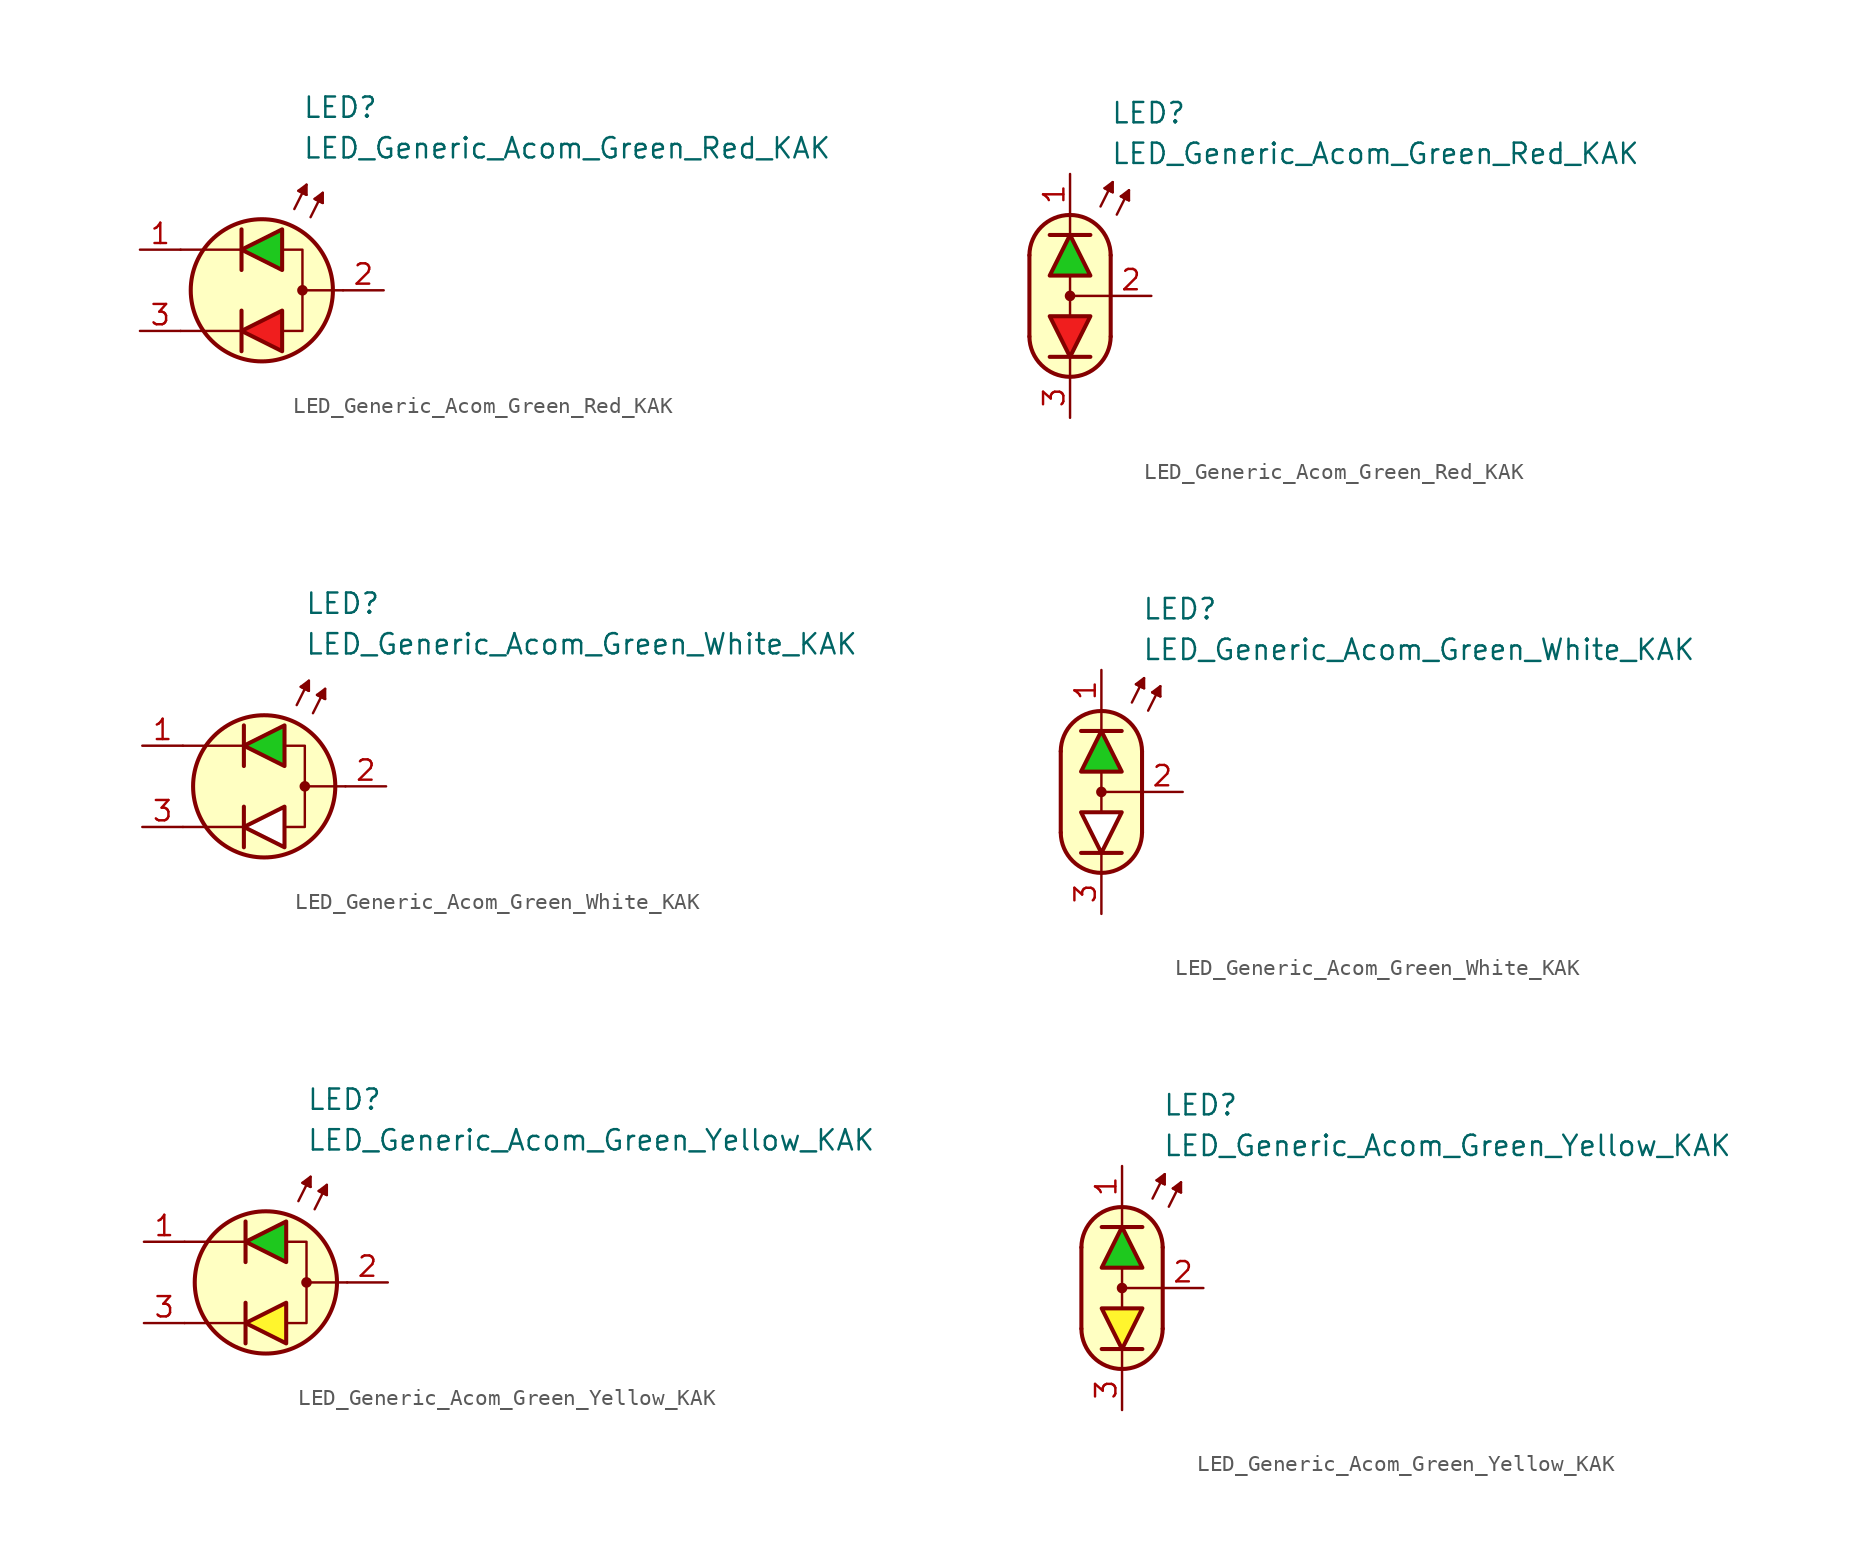
<source format=kicad_sym>
(kicad_symbol_lib
  (version 20231120)
  (generator "kicad_symbol_editor")
  (generator_version "8.0")
  (symbol "LED_Generic_Acom_Green_Red_KAK"
    (pin_names
      (offset 1.016) hide)
    (property "Reference" "LED"
      (at 2.54 11.43 0)
      (effects (font (size 1.27 1.27)) (justify left)))
    (property "Value" "LED_Generic_Acom_Green_Red_KAK"
      (at 2.54 8.89 0)
      (effects (font (size 1.27 1.27)) (justify left)))
    (symbol "LED_Generic_Acom_Green_Red_KAK_0_1"
      (polyline (pts (xy -1.27 -3.81) (xy -1.27 -1.27)) (stroke (width 0.254) (type default)) (fill (type none)))
      (polyline (pts (xy -1.27 -2.54) (xy -5.08 -2.54)) (stroke (width 0.152) (type default)) (fill (type none)))
      (polyline (pts (xy -1.27 1.27) (xy -1.27 3.81)) (stroke (width 0.254) (type default)) (fill (type none)))
      (polyline (pts (xy -1.27 2.54) (xy -5.08 2.54)) (stroke (width 0.152) (type default)) (fill (type none)))
      (polyline (pts (xy 2.032 5.08) (xy 2.794 6.604)) (stroke (width 0.152) (type default)) (fill (type none)))
      (polyline (pts (xy 2.54 6.096) (xy 2.286 6.223)) (stroke (width 0.152) (type default)) (fill (type none)))
      (polyline (pts (xy 2.54 6.096) (xy 2.794 5.969)) (stroke (width 0.152) (type default)) (fill (type none)))
      (polyline (pts (xy 3.048 4.572) (xy 3.81 6.096)) (stroke (width 0.152) (type default)) (fill (type none)))
      (polyline (pts (xy 3.556 5.588) (xy 3.302 5.715)) (stroke (width 0.152) (type default)) (fill (type none)))
      (polyline (pts (xy 3.556 5.588) (xy 3.81 5.461)) (stroke (width 0.152) (type default)) (fill (type none)))
      (polyline (pts (xy 5.08 0) (xy 2.54 0)) (stroke (width 0.152) (type default)) (fill (type none)))
      (polyline (pts (xy 1.27 -3.81) (xy 1.27 -1.27) (xy -1.27 -2.54) (xy 1.27 -3.81)) (stroke (width 0.254) (type default)) (fill (type color) (color 240 30 30 1)))
      (polyline (pts (xy 1.27 1.27) (xy 1.27 3.81) (xy -1.27 2.54) (xy 1.27 1.27)) (stroke (width 0.254) (type default)) (fill (type color) (color 30 200 30 1)))
      (polyline (pts (xy 1.397 2.54) (xy 2.54 2.54) (xy 2.54 -2.54) (xy 1.397 -2.54)) (stroke (width 0.152) (type default)) (fill (type none)))
      (polyline (pts (xy 2.794 5.969) (xy 2.286 6.223) (xy 2.794 6.604) (xy 2.794 5.969)) (stroke (width 0.152) (type default)) (fill (type outline)))
      (polyline (pts (xy 3.81 5.461) (xy 3.302 5.715) (xy 3.81 6.096) (xy 3.81 5.461)) (stroke (width 0.152) (type default)) (fill (type outline)))
      (circle (center 0 0) (radius 4.445) (stroke (width 0.254) (type default)) (fill (type background)))
      (circle (center 2.54 0) (radius 0.254) (stroke (width 0) (type default)) (fill (type outline))))
    (symbol "LED_Generic_Acom_Green_Red_KAK_0_2"
      (arc (start -2.54 -2.54) (mid 0 -5.0576) (end 2.54 -2.54) (stroke (width 0.254) (type default)) (fill (type none)))
      (polyline (pts (xy -2.54 2.54) (xy -2.54 -2.54)) (stroke (width 0.254) (type default)) (fill (type none)))
      (polyline (pts (xy -1.27 3.81) (xy 1.27 3.81)) (stroke (width 0.254) (type default)) (fill (type none)))
      (polyline (pts (xy 0 -5.08) (xy 0 -3.81)) (stroke (width 0) (type default)) (fill (type none)))
      (polyline (pts (xy 0 -1.27) (xy 0 1.27)) (stroke (width 0) (type default)) (fill (type none)))
      (polyline (pts (xy 0 5.08) (xy 0 3.81)) (stroke (width 0) (type default)) (fill (type none)))
      (polyline (pts (xy 1.27 -3.81) (xy -1.27 -3.81)) (stroke (width 0.254) (type default)) (fill (type none)))
      (polyline (pts (xy 1.905 5.588) (xy 2.667 7.112)) (stroke (width 0.152) (type default)) (fill (type none)))
      (polyline (pts (xy 2.413 6.604) (xy 2.159 6.731)) (stroke (width 0.152) (type default)) (fill (type none)))
      (polyline (pts (xy 2.413 6.604) (xy 2.667 6.477)) (stroke (width 0.152) (type default)) (fill (type none)))
      (polyline (pts (xy 2.54 -2.54) (xy 2.54 2.54)) (stroke (width 0.254) (type default)) (fill (type none)))
      (polyline (pts (xy 2.54 0) (xy 0 0)) (stroke (width 0) (type default)) (fill (type none)))
      (polyline (pts (xy 2.921 5.08) (xy 3.683 6.604)) (stroke (width 0.152) (type default)) (fill (type none)))
      (polyline (pts (xy 3.429 6.096) (xy 3.175 6.223)) (stroke (width 0.152) (type default)) (fill (type none)))
      (polyline (pts (xy 3.429 6.096) (xy 3.683 5.969)) (stroke (width 0.152) (type default)) (fill (type none)))
      (polyline (pts (xy 2.667 6.477) (xy 2.159 6.731) (xy 2.667 7.112) (xy 2.667 6.477)) (stroke (width 0.152) (type default)) (fill (type outline)))
      (polyline (pts (xy 3.683 5.969) (xy 3.175 6.223) (xy 3.683 6.604) (xy 3.683 5.969)) (stroke (width 0.152) (type default)) (fill (type outline)))
      (polyline (pts (xy 0 5.08) (xy 1.016 4.826) (xy 1.778 4.318) (xy 2.286 3.556) (xy 2.54 3.048) (xy 2.54 -2.794) (xy 2.286 -3.556) (xy 1.778 -4.318) (xy 1.016 -4.826) (xy 0.254 -5.08) (xy -0.254 -5.08) (xy -1.016 -4.826) (xy -1.524 -4.572) (xy -2.032 -4.064) (xy -2.286 -3.556) (xy -2.54 -2.794) (xy -2.54 2.794) (xy -2.286 3.556) (xy -2.032 4.064) (xy -1.524 4.572) (xy -1.016 4.826) (xy 0 5.08)) (stroke (width 0.01) (type default)) (fill (type background)))
      (circle (center 0 0) (radius 0.254) (stroke (width 0) (type default)) (fill (type outline)))
      (arc (start 2.54 2.54) (mid 0 5.0576) (end -2.54 2.54) (stroke (width 0.254) (type default)) (fill (type none))))
    (symbol "LED_Generic_Acom_Green_Red_KAK_1_1"
      (pin passive line (at -7.62 2.54 0) (length 2.54) (name "A1" (effects (font (size 1.27 1.27)))) (number "1" (effects (font (size 1.27 1.27)))))
      (pin passive line (at 7.62 0 180) (length 2.54) (name "K" (effects (font (size 1.27 1.27)))) (number "2" (effects (font (size 1.27 1.27)))))
      (pin passive line (at -7.62 -2.54 0) (length 2.54) (name "A2" (effects (font (size 1.27 1.27)))) (number "3" (effects (font (size 1.27 1.27))))))
    (symbol "LED_Generic_Acom_Green_Red_KAK_1_2"
      (polyline (pts (xy -1.27 1.27) (xy 1.27 1.27) (xy 0 3.81) (xy -1.27 1.27)) (stroke (width 0.254) (type default)) (fill (type color) (color 30 200 30 1)))
      (polyline (pts (xy 1.27 -1.27) (xy -1.27 -1.27) (xy 0 -3.81) (xy 1.27 -1.27)) (stroke (width 0.254) (type default)) (fill (type color) (color 240 30 30 1)))
      (pin passive line (at 0 7.62 270) (length 2.54) (name "A1" (effects (font (size 1.27 1.27)))) (number "1" (effects (font (size 1.27 1.27)))))
      (pin passive line (at 5.08 0 180) (length 2.54) (name "K" (effects (font (size 1.27 1.27)))) (number "2" (effects (font (size 1.27 1.27)))))
      (pin passive line (at 0 -7.62 90) (length 2.54) (name "A2" (effects (font (size 1.27 1.27)))) (number "3" (effects (font (size 1.27 1.27)))))))
  (symbol "LED_Generic_Acom_Green_White_KAK"
    (pin_names
      (offset 1.016) hide)
    (property "Reference" "LED"
      (at 2.54 11.43 0)
      (effects (font (size 1.27 1.27)) (justify left)))
    (property "Value" "LED_Generic_Acom_Green_White_KAK"
      (at 2.54 8.89 0)
      (effects (font (size 1.27 1.27)) (justify left)))
    (symbol "LED_Generic_Acom_Green_White_KAK_0_1"
      (polyline (pts (xy -1.27 -3.81) (xy -1.27 -1.27)) (stroke (width 0.254) (type default)) (fill (type none)))
      (polyline (pts (xy -1.27 -2.54) (xy -5.08 -2.54)) (stroke (width 0.152) (type default)) (fill (type none)))
      (polyline (pts (xy -1.27 1.27) (xy -1.27 3.81)) (stroke (width 0.254) (type default)) (fill (type none)))
      (polyline (pts (xy -1.27 2.54) (xy -5.08 2.54)) (stroke (width 0.152) (type default)) (fill (type none)))
      (polyline (pts (xy 2.032 5.08) (xy 2.794 6.604)) (stroke (width 0.152) (type default)) (fill (type none)))
      (polyline (pts (xy 2.54 6.096) (xy 2.286 6.223)) (stroke (width 0.152) (type default)) (fill (type none)))
      (polyline (pts (xy 2.54 6.096) (xy 2.794 5.969)) (stroke (width 0.152) (type default)) (fill (type none)))
      (polyline (pts (xy 3.048 4.572) (xy 3.81 6.096)) (stroke (width 0.152) (type default)) (fill (type none)))
      (polyline (pts (xy 3.556 5.588) (xy 3.302 5.715)) (stroke (width 0.152) (type default)) (fill (type none)))
      (polyline (pts (xy 3.556 5.588) (xy 3.81 5.461)) (stroke (width 0.152) (type default)) (fill (type none)))
      (polyline (pts (xy 5.08 0) (xy 2.54 0)) (stroke (width 0.152) (type default)) (fill (type none)))
      (polyline (pts (xy 1.27 -3.81) (xy 1.27 -1.27) (xy -1.27 -2.54) (xy 1.27 -3.81)) (stroke (width 0.254) (type default)) (fill (type color) (color 255 255 255 1)))
      (polyline (pts (xy 1.27 1.27) (xy 1.27 3.81) (xy -1.27 2.54) (xy 1.27 1.27)) (stroke (width 0.254) (type default)) (fill (type color) (color 30 200 30 1)))
      (polyline (pts (xy 1.397 2.54) (xy 2.54 2.54) (xy 2.54 -2.54) (xy 1.397 -2.54)) (stroke (width 0.152) (type default)) (fill (type none)))
      (polyline (pts (xy 2.794 5.969) (xy 2.286 6.223) (xy 2.794 6.604) (xy 2.794 5.969)) (stroke (width 0.152) (type default)) (fill (type outline)))
      (polyline (pts (xy 3.81 5.461) (xy 3.302 5.715) (xy 3.81 6.096) (xy 3.81 5.461)) (stroke (width 0.152) (type default)) (fill (type outline)))
      (circle (center 0 0) (radius 4.445) (stroke (width 0.254) (type default)) (fill (type background)))
      (circle (center 2.54 0) (radius 0.254) (stroke (width 0) (type default)) (fill (type outline))))
    (symbol "LED_Generic_Acom_Green_White_KAK_0_2"
      (arc (start -2.54 -2.54) (mid 0 -5.0576) (end 2.54 -2.54) (stroke (width 0.254) (type default)) (fill (type none)))
      (polyline (pts (xy -2.54 2.54) (xy -2.54 -2.54)) (stroke (width 0.254) (type default)) (fill (type none)))
      (polyline (pts (xy -1.27 3.81) (xy 1.27 3.81)) (stroke (width 0.254) (type default)) (fill (type none)))
      (polyline (pts (xy 0 -5.08) (xy 0 -3.81)) (stroke (width 0) (type default)) (fill (type none)))
      (polyline (pts (xy 0 -1.27) (xy 0 1.27)) (stroke (width 0) (type default)) (fill (type none)))
      (polyline (pts (xy 0 5.08) (xy 0 3.81)) (stroke (width 0) (type default)) (fill (type none)))
      (polyline (pts (xy 1.27 -3.81) (xy -1.27 -3.81)) (stroke (width 0.254) (type default)) (fill (type none)))
      (polyline (pts (xy 1.905 5.588) (xy 2.667 7.112)) (stroke (width 0.152) (type default)) (fill (type none)))
      (polyline (pts (xy 2.413 6.604) (xy 2.159 6.731)) (stroke (width 0.152) (type default)) (fill (type none)))
      (polyline (pts (xy 2.413 6.604) (xy 2.667 6.477)) (stroke (width 0.152) (type default)) (fill (type none)))
      (polyline (pts (xy 2.54 -2.54) (xy 2.54 2.54)) (stroke (width 0.254) (type default)) (fill (type none)))
      (polyline (pts (xy 2.54 0) (xy 0 0)) (stroke (width 0) (type default)) (fill (type none)))
      (polyline (pts (xy 2.921 5.08) (xy 3.683 6.604)) (stroke (width 0.152) (type default)) (fill (type none)))
      (polyline (pts (xy 3.429 6.096) (xy 3.175 6.223)) (stroke (width 0.152) (type default)) (fill (type none)))
      (polyline (pts (xy 3.429 6.096) (xy 3.683 5.969)) (stroke (width 0.152) (type default)) (fill (type none)))
      (polyline (pts (xy 2.667 6.477) (xy 2.159 6.731) (xy 2.667 7.112) (xy 2.667 6.477)) (stroke (width 0.152) (type default)) (fill (type outline)))
      (polyline (pts (xy 3.683 5.969) (xy 3.175 6.223) (xy 3.683 6.604) (xy 3.683 5.969)) (stroke (width 0.152) (type default)) (fill (type outline)))
      (polyline (pts (xy 0 5.08) (xy 1.016 4.826) (xy 1.778 4.318) (xy 2.286 3.556) (xy 2.54 3.048) (xy 2.54 -2.794) (xy 2.286 -3.556) (xy 1.778 -4.318) (xy 1.016 -4.826) (xy 0.254 -5.08) (xy -0.254 -5.08) (xy -1.016 -4.826) (xy -1.524 -4.572) (xy -2.032 -4.064) (xy -2.286 -3.556) (xy -2.54 -2.794) (xy -2.54 2.794) (xy -2.286 3.556) (xy -2.032 4.064) (xy -1.524 4.572) (xy -1.016 4.826) (xy 0 5.08)) (stroke (width 0.01) (type default)) (fill (type background)))
      (circle (center 0 0) (radius 0.254) (stroke (width 0) (type default)) (fill (type outline)))
      (arc (start 2.54 2.54) (mid 0 5.0576) (end -2.54 2.54) (stroke (width 0.254) (type default)) (fill (type none))))
    (symbol "LED_Generic_Acom_Green_White_KAK_1_1"
      (pin passive line (at -7.62 2.54 0) (length 2.54) (name "A1" (effects (font (size 1.27 1.27)))) (number "1" (effects (font (size 1.27 1.27)))))
      (pin passive line (at 7.62 0 180) (length 2.54) (name "K" (effects (font (size 1.27 1.27)))) (number "2" (effects (font (size 1.27 1.27)))))
      (pin passive line (at -7.62 -2.54 0) (length 2.54) (name "A2" (effects (font (size 1.27 1.27)))) (number "3" (effects (font (size 1.27 1.27))))))
    (symbol "LED_Generic_Acom_Green_White_KAK_1_2"
      (polyline (pts (xy -1.27 1.27) (xy 1.27 1.27) (xy 0 3.81) (xy -1.27 1.27)) (stroke (width 0.254) (type default)) (fill (type color) (color 30 200 30 1)))
      (polyline (pts (xy 1.27 -1.27) (xy -1.27 -1.27) (xy 0 -3.81) (xy 1.27 -1.27)) (stroke (width 0.254) (type default)) (fill (type color) (color 255 255 255 1)))
      (pin passive line (at 0 7.62 270) (length 2.54) (name "A1" (effects (font (size 1.27 1.27)))) (number "1" (effects (font (size 1.27 1.27)))))
      (pin passive line (at 5.08 0 180) (length 2.54) (name "K" (effects (font (size 1.27 1.27)))) (number "2" (effects (font (size 1.27 1.27)))))
      (pin passive line (at 0 -7.62 90) (length 2.54) (name "A2" (effects (font (size 1.27 1.27)))) (number "3" (effects (font (size 1.27 1.27)))))))
  (symbol "LED_Generic_Acom_Green_Yellow_KAK"
    (pin_names
      (offset 1.016) hide)
    (property "Reference" "LED"
      (at 2.54 11.43 0)
      (effects (font (size 1.27 1.27)) (justify left)))
    (property "Value" "LED_Generic_Acom_Green_Yellow_KAK"
      (at 2.54 8.89 0)
      (effects (font (size 1.27 1.27)) (justify left)))
    (symbol "LED_Generic_Acom_Green_Yellow_KAK_0_1"
      (polyline (pts (xy -1.27 -3.81) (xy -1.27 -1.27)) (stroke (width 0.254) (type default)) (fill (type none)))
      (polyline (pts (xy -1.27 -2.54) (xy -5.08 -2.54)) (stroke (width 0.152) (type default)) (fill (type none)))
      (polyline (pts (xy -1.27 1.27) (xy -1.27 3.81)) (stroke (width 0.254) (type default)) (fill (type none)))
      (polyline (pts (xy -1.27 2.54) (xy -5.08 2.54)) (stroke (width 0.152) (type default)) (fill (type none)))
      (polyline (pts (xy 2.032 5.08) (xy 2.794 6.604)) (stroke (width 0.152) (type default)) (fill (type none)))
      (polyline (pts (xy 2.54 6.096) (xy 2.286 6.223)) (stroke (width 0.152) (type default)) (fill (type none)))
      (polyline (pts (xy 2.54 6.096) (xy 2.794 5.969)) (stroke (width 0.152) (type default)) (fill (type none)))
      (polyline (pts (xy 3.048 4.572) (xy 3.81 6.096)) (stroke (width 0.152) (type default)) (fill (type none)))
      (polyline (pts (xy 3.556 5.588) (xy 3.302 5.715)) (stroke (width 0.152) (type default)) (fill (type none)))
      (polyline (pts (xy 3.556 5.588) (xy 3.81 5.461)) (stroke (width 0.152) (type default)) (fill (type none)))
      (polyline (pts (xy 5.08 0) (xy 2.54 0)) (stroke (width 0.152) (type default)) (fill (type none)))
      (polyline (pts (xy 1.27 -3.81) (xy 1.27 -1.27) (xy -1.27 -2.54) (xy 1.27 -3.81)) (stroke (width 0.254) (type default)) (fill (type color) (color 255 245 45 1)))
      (polyline (pts (xy 1.27 1.27) (xy 1.27 3.81) (xy -1.27 2.54) (xy 1.27 1.27)) (stroke (width 0.254) (type default)) (fill (type color) (color 30 200 30 1)))
      (polyline (pts (xy 1.397 2.54) (xy 2.54 2.54) (xy 2.54 -2.54) (xy 1.397 -2.54)) (stroke (width 0.152) (type default)) (fill (type none)))
      (polyline (pts (xy 2.794 5.969) (xy 2.286 6.223) (xy 2.794 6.604) (xy 2.794 5.969)) (stroke (width 0.152) (type default)) (fill (type outline)))
      (polyline (pts (xy 3.81 5.461) (xy 3.302 5.715) (xy 3.81 6.096) (xy 3.81 5.461)) (stroke (width 0.152) (type default)) (fill (type outline)))
      (circle (center 0 0) (radius 4.445) (stroke (width 0.254) (type default)) (fill (type background)))
      (circle (center 2.54 0) (radius 0.254) (stroke (width 0) (type default)) (fill (type outline))))
    (symbol "LED_Generic_Acom_Green_Yellow_KAK_0_2"
      (arc (start -2.54 -2.54) (mid 0 -5.0576) (end 2.54 -2.54) (stroke (width 0.254) (type default)) (fill (type none)))
      (polyline (pts (xy -2.54 2.54) (xy -2.54 -2.54)) (stroke (width 0.254) (type default)) (fill (type none)))
      (polyline (pts (xy -1.27 3.81) (xy 1.27 3.81)) (stroke (width 0.254) (type default)) (fill (type none)))
      (polyline (pts (xy 0 -5.08) (xy 0 -3.81)) (stroke (width 0) (type default)) (fill (type none)))
      (polyline (pts (xy 0 -1.27) (xy 0 1.27)) (stroke (width 0) (type default)) (fill (type none)))
      (polyline (pts (xy 0 5.08) (xy 0 3.81)) (stroke (width 0) (type default)) (fill (type none)))
      (polyline (pts (xy 1.27 -3.81) (xy -1.27 -3.81)) (stroke (width 0.254) (type default)) (fill (type none)))
      (polyline (pts (xy 1.905 5.588) (xy 2.667 7.112)) (stroke (width 0.152) (type default)) (fill (type none)))
      (polyline (pts (xy 2.413 6.604) (xy 2.159 6.731)) (stroke (width 0.152) (type default)) (fill (type none)))
      (polyline (pts (xy 2.413 6.604) (xy 2.667 6.477)) (stroke (width 0.152) (type default)) (fill (type none)))
      (polyline (pts (xy 2.54 -2.54) (xy 2.54 2.54)) (stroke (width 0.254) (type default)) (fill (type none)))
      (polyline (pts (xy 2.54 0) (xy 0 0)) (stroke (width 0) (type default)) (fill (type none)))
      (polyline (pts (xy 2.921 5.08) (xy 3.683 6.604)) (stroke (width 0.152) (type default)) (fill (type none)))
      (polyline (pts (xy 3.429 6.096) (xy 3.175 6.223)) (stroke (width 0.152) (type default)) (fill (type none)))
      (polyline (pts (xy 3.429 6.096) (xy 3.683 5.969)) (stroke (width 0.152) (type default)) (fill (type none)))
      (polyline (pts (xy 2.667 6.477) (xy 2.159 6.731) (xy 2.667 7.112) (xy 2.667 6.477)) (stroke (width 0.152) (type default)) (fill (type outline)))
      (polyline (pts (xy 3.683 5.969) (xy 3.175 6.223) (xy 3.683 6.604) (xy 3.683 5.969)) (stroke (width 0.152) (type default)) (fill (type outline)))
      (polyline (pts (xy 0 5.08) (xy 1.016 4.826) (xy 1.778 4.318) (xy 2.286 3.556) (xy 2.54 3.048) (xy 2.54 -2.794) (xy 2.286 -3.556) (xy 1.778 -4.318) (xy 1.016 -4.826) (xy 0.254 -5.08) (xy -0.254 -5.08) (xy -1.016 -4.826) (xy -1.524 -4.572) (xy -2.032 -4.064) (xy -2.286 -3.556) (xy -2.54 -2.794) (xy -2.54 2.794) (xy -2.286 3.556) (xy -2.032 4.064) (xy -1.524 4.572) (xy -1.016 4.826) (xy 0 5.08)) (stroke (width 0.01) (type default)) (fill (type background)))
      (circle (center 0 0) (radius 0.254) (stroke (width 0) (type default)) (fill (type outline)))
      (arc (start 2.54 2.54) (mid 0 5.0576) (end -2.54 2.54) (stroke (width 0.254) (type default)) (fill (type none))))
    (symbol "LED_Generic_Acom_Green_Yellow_KAK_1_1"
      (pin passive line (at -7.62 2.54 0) (length 2.54) (name "A1" (effects (font (size 1.27 1.27)))) (number "1" (effects (font (size 1.27 1.27)))))
      (pin passive line (at 7.62 0 180) (length 2.54) (name "K" (effects (font (size 1.27 1.27)))) (number "2" (effects (font (size 1.27 1.27)))))
      (pin passive line (at -7.62 -2.54 0) (length 2.54) (name "A2" (effects (font (size 1.27 1.27)))) (number "3" (effects (font (size 1.27 1.27))))))
    (symbol "LED_Generic_Acom_Green_Yellow_KAK_1_2"
      (polyline (pts (xy -1.27 1.27) (xy 1.27 1.27) (xy 0 3.81) (xy -1.27 1.27)) (stroke (width 0.254) (type default)) (fill (type color) (color 30 200 30 1)))
      (polyline (pts (xy 1.27 -1.27) (xy -1.27 -1.27) (xy 0 -3.81) (xy 1.27 -1.27)) (stroke (width 0.254) (type default)) (fill (type color) (color 255 245 45 1)))
      (pin passive line (at 0 7.62 270) (length 2.54) (name "A1" (effects (font (size 1.27 1.27)))) (number "1" (effects (font (size 1.27 1.27)))))
      (pin passive line (at 5.08 0 180) (length 2.54) (name "K" (effects (font (size 1.27 1.27)))) (number "2" (effects (font (size 1.27 1.27)))))
      (pin passive line (at 0 -7.62 90) (length 2.54) (name "A2" (effects (font (size 1.27 1.27)))) (number "3" (effects (font (size 1.27 1.27))))))))
</source>
